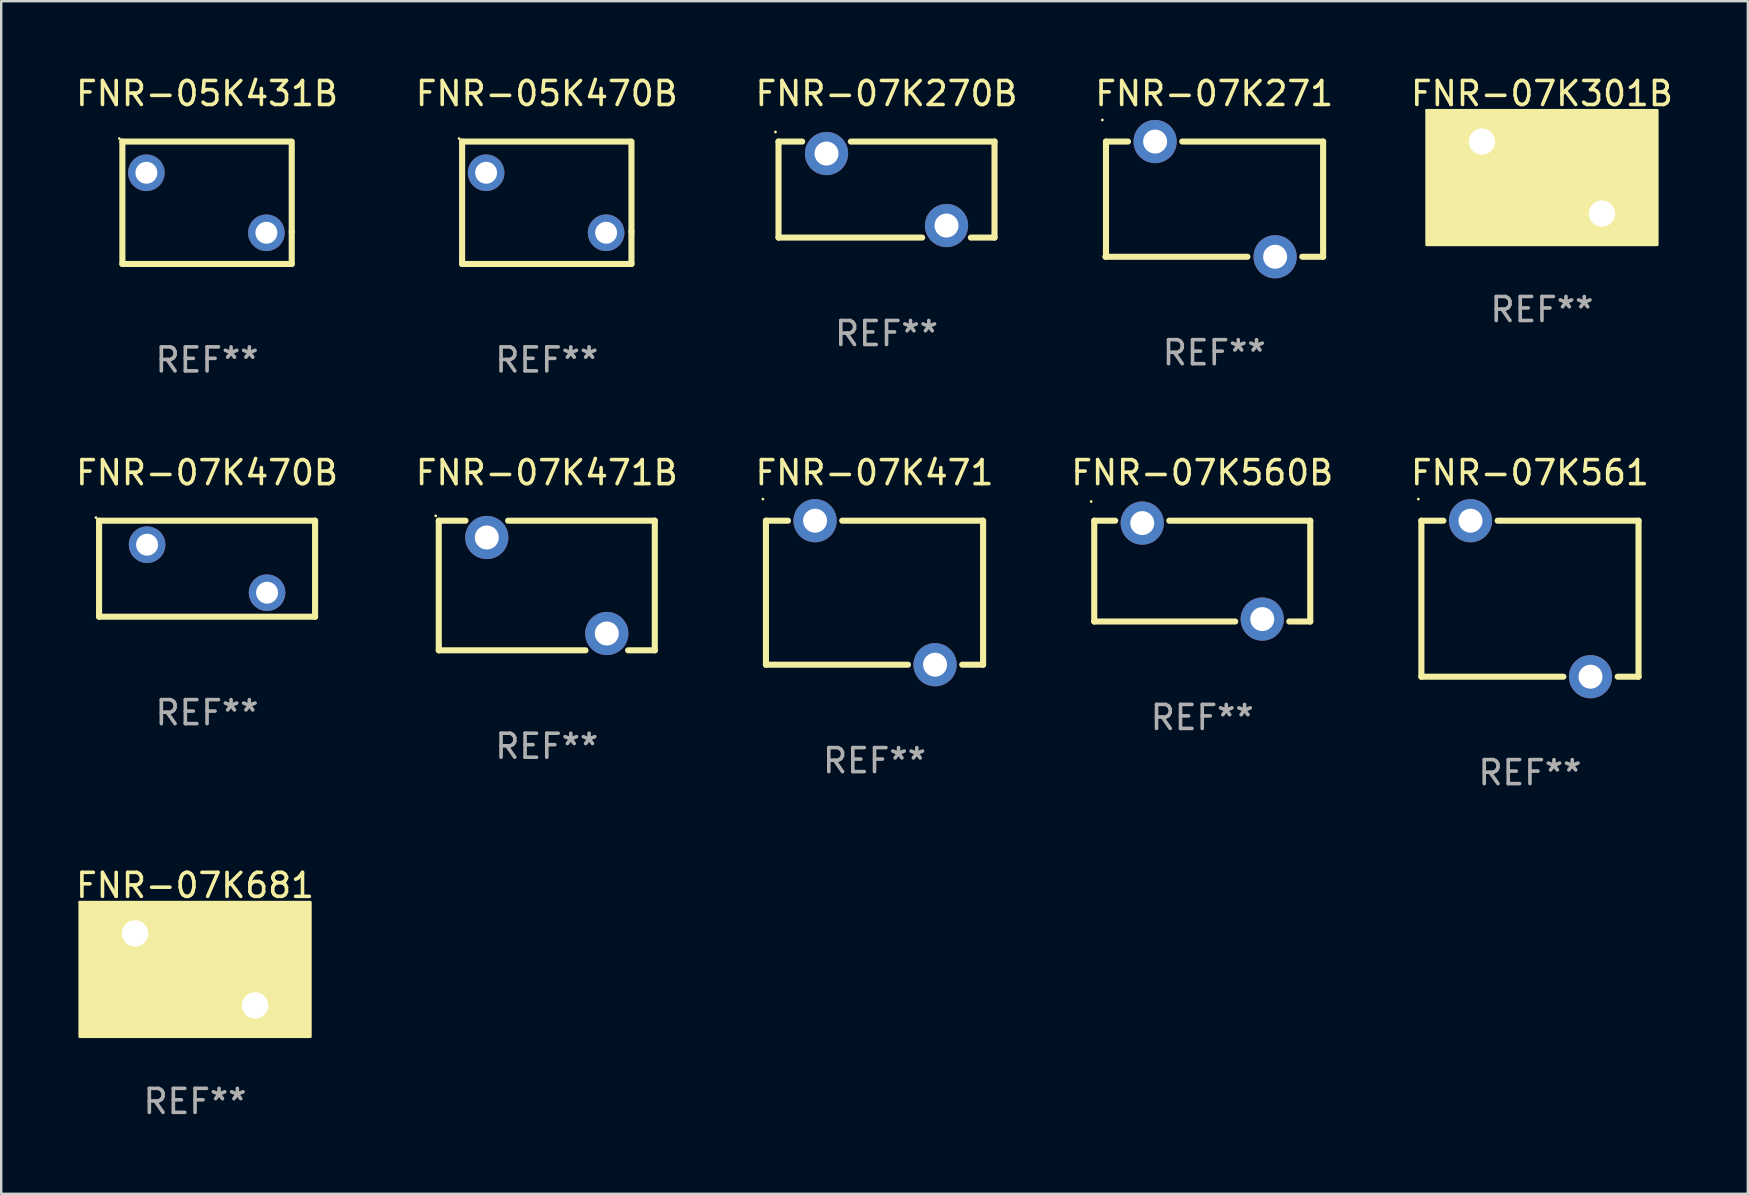
<source format=kicad_pcb>
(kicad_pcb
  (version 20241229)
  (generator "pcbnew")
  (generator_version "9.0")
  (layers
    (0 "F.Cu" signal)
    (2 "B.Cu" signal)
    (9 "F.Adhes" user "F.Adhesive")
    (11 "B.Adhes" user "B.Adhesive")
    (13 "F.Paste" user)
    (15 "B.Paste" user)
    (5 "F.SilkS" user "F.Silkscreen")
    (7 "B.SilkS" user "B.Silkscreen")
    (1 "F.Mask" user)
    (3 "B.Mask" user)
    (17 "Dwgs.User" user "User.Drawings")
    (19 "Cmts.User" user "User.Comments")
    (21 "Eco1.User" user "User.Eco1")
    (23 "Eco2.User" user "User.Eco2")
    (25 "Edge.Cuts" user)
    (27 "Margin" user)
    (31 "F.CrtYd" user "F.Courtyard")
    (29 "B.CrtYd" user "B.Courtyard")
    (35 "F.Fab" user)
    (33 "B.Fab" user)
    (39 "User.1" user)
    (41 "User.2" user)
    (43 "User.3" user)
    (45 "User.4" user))
  (footprint "FNR-07K560B"
    (layer "F.Cu")
    (at 47.042 20.745)
    (property "Reference" "FNR-07K560B" (at 0 -4.1 0) (layer "F.SilkS") (effects (font (size 1 1) (thickness 0.15))))
    (attr through_hole)
    (fp_line (start -4.5 -2.1) (end -4.5 2.1) (stroke (width 0.254) (type solid)) (layer "F.SilkS"))
    (fp_line (start -4.5 -2.1) (end -3.627 -2.1) (stroke (width 0.254) (type solid)) (layer "F.SilkS"))
    (fp_line (start -4.5 2.1) (end 1.373 2.1) (stroke (width 0.254) (type solid)) (layer "F.SilkS"))
    (fp_line (start -1.373 -2.1) (end 4.5 -2.1) (stroke (width 0.254) (type solid)) (layer "F.SilkS"))
    (fp_line (start 3.627 2.1) (end 4.5 2.1) (stroke (width 0.254) (type solid)) (layer "F.SilkS"))
    (fp_line (start 4.5 -2.1) (end 4.5 2.1) (stroke (width 0.254) (type solid)) (layer "F.SilkS"))
    (fp_circle (center -4.627 -2.9) (end -4.597 -2.9) (stroke (width 0.06) (type solid)) (fill no) (layer "F.SilkS"))
    (fp_text user "REF**" (at 0 6.1 0) (layer "F.Fab") (effects (font (size 1 1) (thickness 0.15))))
    (pad "1" thru_hole circle (at -2.5 -2) (size 1.8 1.8) (drill 1) (layers "*.Cu" "*.Mask"))
    (pad "2" thru_hole circle (at 2.5 2) (size 1.8 1.8) (drill 1) (layers "*.Cu" "*.Mask")))
  (footprint "FNR-07K301B"
    (layer "F.Cu")
    (at 61.196 4.348)
    (property "Reference" "FNR-07K301B" (at 0 -3.5 0) (layer "F.SilkS") (effects (font (size 1 1) (thickness 0.15))))
    (attr through_hole)
    (fp_circle (center -4.8 -2.8) (end -4.77 -2.8) (stroke (width 0.06) (type solid)) (fill no) (layer "F.SilkS"))
    (fp_poly (pts (xy -4.8 -2.8) (xy 4.8 -2.8) (xy 4.8 2.8) (xy -4.8 2.8)) (stroke (width 0.12) (type solid)) (fill yes) (layer "F.SilkS"))
    (fp_text user "REF**" (at 0 5.5 0) (layer "F.Fab") (effects (font (size 1 1) (thickness 0.15))))
    (pad "1" thru_hole circle (at -2.5 -1.5) (size 1.8 1.8) (drill 1.1) (layers "*.Cu" "*.Mask"))
    (pad "2" thru_hole circle (at 2.5 1.5) (size 1.8 1.8) (drill 1.1) (layers "*.Cu" "*.Mask")))
  (footprint "FNR-07K681"
    (layer "F.Cu")
    (at 5.077 37.342)
    (property "Reference" "FNR-07K681" (at 0 -3.5 0) (layer "F.SilkS") (effects (font (size 1 1) (thickness 0.15))))
    (attr through_hole)
    (fp_circle (center -4.8 -2.8) (end -4.77 -2.8) (stroke (width 0.06) (type solid)) (fill no) (layer "F.SilkS"))
    (fp_poly (pts (xy -4.8 -2.8) (xy 4.8 -2.8) (xy 4.8 2.8) (xy -4.8 2.8)) (stroke (width 0.12) (type solid)) (fill yes) (layer "F.SilkS"))
    (fp_text user "REF**" (at 0 5.5 0) (layer "F.Fab") (effects (font (size 1 1) (thickness 0.15))))
    (pad "1" thru_hole circle (at -2.5 -1.5) (size 1.8 1.8) (drill 1.1) (layers "*.Cu" "*.Mask"))
    (pad "2" thru_hole circle (at 2.5 1.5) (size 1.8 1.8) (drill 1.1) (layers "*.Cu" "*.Mask")))
  (footprint "FNR-07K471"
    (layer "F.Cu")
    (at 33.387 21.645)
    (property "Reference" "FNR-07K471" (at 0 -5 0) (layer "F.SilkS") (effects (font (size 1 1) (thickness 0.15))))
    (attr through_hole)
    (fp_line (start -4.524 -3) (end -4.524 3) (stroke (width 0.254) (type solid)) (layer "F.SilkS"))
    (fp_line (start -4.524 -3) (end -3.607 -3) (stroke (width 0.254) (type solid)) (layer "F.SilkS"))
    (fp_line (start -4.524 3) (end 1.393 3) (stroke (width 0.254) (type solid)) (layer "F.SilkS"))
    (fp_line (start -1.346 -3) (end 4.524 -3) (stroke (width 0.254) (type solid)) (layer "F.SilkS"))
    (fp_line (start 3.654 3) (end 4.524 3) (stroke (width 0.254) (type solid)) (layer "F.SilkS"))
    (fp_line (start 4.524 -3) (end 4.524 3) (stroke (width 0.254) (type solid)) (layer "F.SilkS"))
    (fp_circle (center -4.651 -3.9) (end -4.621 -3.9) (stroke (width 0.06) (type solid)) (fill no) (layer "F.SilkS"))
    (fp_text user "REF**" (at 0 7 0) (layer "F.Fab") (effects (font (size 1 1) (thickness 0.15))))
    (pad "1" thru_hole circle (at -2.477 -3) (size 1.8 1.8) (drill 1) (layers "*.Cu" "*.Mask"))
    (pad "2" thru_hole circle (at 2.523 3) (size 1.8 1.8) (drill 1) (layers "*.Cu" "*.Mask")))
  (footprint "FNR-05K470B"
    (layer "F.Cu")
    (at 19.732 5.398)
    (property "Reference" "FNR-05K470B" (at 0 -4.55 0) (layer "F.SilkS") (effects (font (size 1 1) (thickness 0.15))))
    (attr through_hole)
    (fp_line (start -3.528 2.55) (end 3.528 2.55) (stroke (width 0.254) (type solid)) (layer "F.SilkS"))
    (fp_line (start -3.528 -2.55) (end -3.528 2.55) (stroke (width 0.254) (type solid)) (layer "F.SilkS"))
    (fp_line (start -3.528 -2.55) (end 3.472 -2.55) (stroke (width 0.254) (type solid)) (layer "F.SilkS"))
    (fp_line (start 3.528 1.207) (end 3.528 -2.55) (stroke (width 0.254) (type solid)) (layer "F.SilkS"))
    (fp_line (start 3.528 2.55) (end 3.528 1.207) (stroke (width 0.254) (type solid)) (layer "F.SilkS"))
    (fp_circle (center -3.655 -2.677) (end -3.625 -2.677) (stroke (width 0.06) (type solid)) (fill no) (layer "F.SilkS"))
    (fp_text user "REF**" (at 0 6.55 0) (layer "F.Fab") (effects (font (size 1 1) (thickness 0.15))))
    (pad "1" thru_hole circle (at -2.528 -1.25) (size 1.524 1.524) (drill 0.914) (layers "*.Cu" "*.Mask"))
    (pad "2" thru_hole circle (at 2.472 1.25) (size 1.524 1.524) (drill 0.914) (layers "*.Cu" "*.Mask")))
  (footprint "FNR-07K470B"
    (layer "F.Cu")
    (at 5.577 20.645)
    (property "Reference" "FNR-07K470B" (at 0 -4 0) (layer "F.SilkS") (effects (font (size 1 1) (thickness 0.15))))
    (attr through_hole)
    (fp_line (start -4.499 -2) (end 4.501 -2) (stroke (width 0.254) (type solid)) (layer "F.SilkS"))
    (fp_line (start -4.499 1.998) (end -4.499 -2) (stroke (width 0.254) (type solid)) (layer "F.SilkS"))
    (fp_line (start 4.501 -2) (end 4.501 2) (stroke (width 0.254) (type solid)) (layer "F.SilkS"))
    (fp_line (start 4.501 2) (end -4.501 2) (stroke (width 0.254) (type solid)) (layer "F.SilkS"))
    (fp_circle (center -4.628 -2.127) (end -4.598 -2.127) (stroke (width 0.06) (type solid)) (fill no) (layer "F.SilkS"))
    (fp_text user "REF**" (at 0 6 0) (layer "F.Fab") (effects (font (size 1 1) (thickness 0.15))))
    (pad "1" thru_hole circle (at -2.499 -1) (size 1.524 1.524) (drill 0.914) (layers "*.Cu" "*.Mask"))
    (pad "2" thru_hole circle (at 2.5 1) (size 1.524 1.524) (drill 0.914) (layers "*.Cu" "*.Mask")))
  (footprint "FNR-07K561"
    (layer "F.Cu")
    (at 60.696 21.895)
    (property "Reference" "FNR-07K561" (at 0 -5.25 0) (layer "F.SilkS") (effects (font (size 1 1) (thickness 0.15))))
    (attr through_hole)
    (fp_line (start -4.524 -3.25) (end -4.524 3.25) (stroke (width 0.254) (type solid)) (layer "F.SilkS"))
    (fp_line (start -4.524 -3.25) (end -3.607 -3.25) (stroke (width 0.254) (type solid)) (layer "F.SilkS"))
    (fp_line (start -4.524 3.25) (end 1.393 3.25) (stroke (width 0.254) (type solid)) (layer "F.SilkS"))
    (fp_line (start -1.346 -3.25) (end 4.524 -3.25) (stroke (width 0.254) (type solid)) (layer "F.SilkS"))
    (fp_line (start 3.654 3.25) (end 4.524 3.25) (stroke (width 0.254) (type solid)) (layer "F.SilkS"))
    (fp_line (start 4.524 -3.25) (end 4.524 3.25) (stroke (width 0.254) (type solid)) (layer "F.SilkS"))
    (fp_circle (center -4.651 -4.15) (end -4.621 -4.15) (stroke (width 0.06) (type solid)) (fill no) (layer "F.SilkS"))
    (fp_text user "REF**" (at 0 7.25 0) (layer "F.Fab") (effects (font (size 1 1) (thickness 0.15))))
    (pad "1" thru_hole circle (at -2.477 -3.25) (size 1.8 1.8) (drill 1) (layers "*.Cu" "*.Mask"))
    (pad "2" thru_hole circle (at 2.523 3.25) (size 1.8 1.8) (drill 1) (layers "*.Cu" "*.Mask")))
  (footprint "FNR-07K270B"
    (layer "F.Cu")
    (at 33.887 4.848)
    (property "Reference" "FNR-07K270B" (at 0 -4 0) (layer "F.SilkS") (effects (font (size 1 1) (thickness 0.15))))
    (attr through_hole)
    (fp_line (start -4.5 -2) (end -4.5 2) (stroke (width 0.254) (type solid)) (layer "F.SilkS"))
    (fp_line (start -4.5 -2) (end -3.514 -2) (stroke (width 0.254) (type solid)) (layer "F.SilkS"))
    (fp_line (start -4.5 2) (end 1.486 2) (stroke (width 0.254) (type solid)) (layer "F.SilkS"))
    (fp_line (start -1.486 -2) (end 4.5 -2) (stroke (width 0.254) (type solid)) (layer "F.SilkS"))
    (fp_line (start 3.514 2) (end 4.5 2) (stroke (width 0.254) (type solid)) (layer "F.SilkS"))
    (fp_line (start 4.5 -2) (end 4.5 2) (stroke (width 0.254) (type solid)) (layer "F.SilkS"))
    (fp_circle (center -4.627 -2.4) (end -4.597 -2.4) (stroke (width 0.06) (type solid)) (fill no) (layer "F.SilkS"))
    (fp_text user "REF**" (at 0 6 0) (layer "F.Fab") (effects (font (size 1 1) (thickness 0.15))))
    (pad "1" thru_hole circle (at -2.5 -1.5) (size 1.8 1.8) (drill 1) (layers "*.Cu" "*.Mask"))
    (pad "2" thru_hole circle (at 2.5 1.5) (size 1.8 1.8) (drill 1) (layers "*.Cu" "*.Mask")))
  (footprint "FNR-07K271"
    (layer "F.Cu")
    (at 47.542 5.248)
    (property "Reference" "FNR-07K271" (at 0 -4.4 0) (layer "F.SilkS") (effects (font (size 1 1) (thickness 0.15))))
    (attr through_hole)
    (fp_line (start -4.536 2.4) (end 1.382 2.4) (stroke (width 0.254) (type solid)) (layer "F.SilkS"))
    (fp_line (start -4.511 -2.4) (end -4.511 2.4) (stroke (width 0.254) (type solid)) (layer "F.SilkS"))
    (fp_line (start -4.511 -2.4) (end -3.594 -2.4) (stroke (width 0.254) (type solid)) (layer "F.SilkS"))
    (fp_line (start -1.333 -2.4) (end 4.536 -2.4) (stroke (width 0.254) (type solid)) (layer "F.SilkS"))
    (fp_line (start 3.667 2.4) (end 4.536 2.4) (stroke (width 0.254) (type solid)) (layer "F.SilkS"))
    (fp_line (start 4.536 -2.4) (end 4.536 2.4) (stroke (width 0.254) (type solid)) (layer "F.SilkS"))
    (fp_circle (center -4.663 -3.3) (end -4.633 -3.3) (stroke (width 0.06) (type solid)) (fill no) (layer "F.SilkS"))
    (fp_text user "REF**" (at 0 6.4 0) (layer "F.Fab") (effects (font (size 1 1) (thickness 0.15))))
    (pad "1" thru_hole circle (at -2.464 -2.4) (size 1.8 1.8) (drill 1) (layers "*.Cu" "*.Mask"))
    (pad "2" thru_hole circle (at 2.536 2.4) (size 1.8 1.8) (drill 1) (layers "*.Cu" "*.Mask")))
  (footprint "FNR-05K431B"
    (layer "F.Cu")
    (at 5.577 5.398)
    (property "Reference" "FNR-05K431B" (at 0 -4.55 0) (layer "F.SilkS") (effects (font (size 1 1) (thickness 0.15))))
    (attr through_hole)
    (fp_line (start -3.528 2.55) (end 3.528 2.55) (stroke (width 0.254) (type solid)) (layer "F.SilkS"))
    (fp_line (start -3.528 -2.55) (end -3.528 2.55) (stroke (width 0.254) (type solid)) (layer "F.SilkS"))
    (fp_line (start -3.528 -2.55) (end 3.472 -2.55) (stroke (width 0.254) (type solid)) (layer "F.SilkS"))
    (fp_line (start 3.528 1.207) (end 3.528 -2.55) (stroke (width 0.254) (type solid)) (layer "F.SilkS"))
    (fp_line (start 3.528 2.55) (end 3.528 1.207) (stroke (width 0.254) (type solid)) (layer "F.SilkS"))
    (fp_circle (center -3.655 -2.677) (end -3.625 -2.677) (stroke (width 0.06) (type solid)) (fill no) (layer "F.SilkS"))
    (fp_text user "REF**" (at 0 6.55 0) (layer "F.Fab") (effects (font (size 1 1) (thickness 0.15))))
    (pad "1" thru_hole circle (at -2.528 -1.25) (size 1.524 1.524) (drill 0.914) (layers "*.Cu" "*.Mask"))
    (pad "2" thru_hole circle (at 2.472 1.25) (size 1.524 1.524) (drill 0.914) (layers "*.Cu" "*.Mask")))
  (footprint "FNR-07K471B"
    (layer "F.Cu")
    (at 19.732 21.345)
    (property "Reference" "FNR-07K471B" (at 0 -4.7 0) (layer "F.SilkS") (effects (font (size 1 1) (thickness 0.15))))
    (attr through_hole)
    (fp_line (start -4.5 -2.7) (end -4.5 2.7) (stroke (width 0.254) (type solid)) (layer "F.SilkS"))
    (fp_line (start -4.5 -2.7) (end -3.388 -2.7) (stroke (width 0.254) (type solid)) (layer "F.SilkS"))
    (fp_line (start -4.5 2.7) (end 1.612 2.7) (stroke (width 0.254) (type solid)) (layer "F.SilkS"))
    (fp_line (start -1.612 -2.7) (end 4.5 -2.7) (stroke (width 0.254) (type solid)) (layer "F.SilkS"))
    (fp_line (start 3.388 2.7) (end 4.5 2.7) (stroke (width 0.254) (type solid)) (layer "F.SilkS"))
    (fp_line (start 4.5 -2.7) (end 4.5 2.7) (stroke (width 0.254) (type solid)) (layer "F.SilkS"))
    (fp_circle (center -4.627 -2.9) (end -4.597 -2.9) (stroke (width 0.06) (type solid)) (fill no) (layer "F.SilkS"))
    (fp_text user "REF**" (at 0 6.7 0) (layer "F.Fab") (effects (font (size 1 1) (thickness 0.15))))
    (pad "1" thru_hole circle (at -2.5 -2) (size 1.8 1.8) (drill 1) (layers "*.Cu" "*.Mask"))
    (pad "2" thru_hole circle (at 2.5 2) (size 1.8 1.8) (drill 1) (layers "*.Cu" "*.Mask")))
  (gr_rect
    (start -3 -3)
    (end 69.774 46.69)
    (stroke (width 0.1) (type default))
    (fill no)
    (layer "Edge.Cuts")))
</source>
